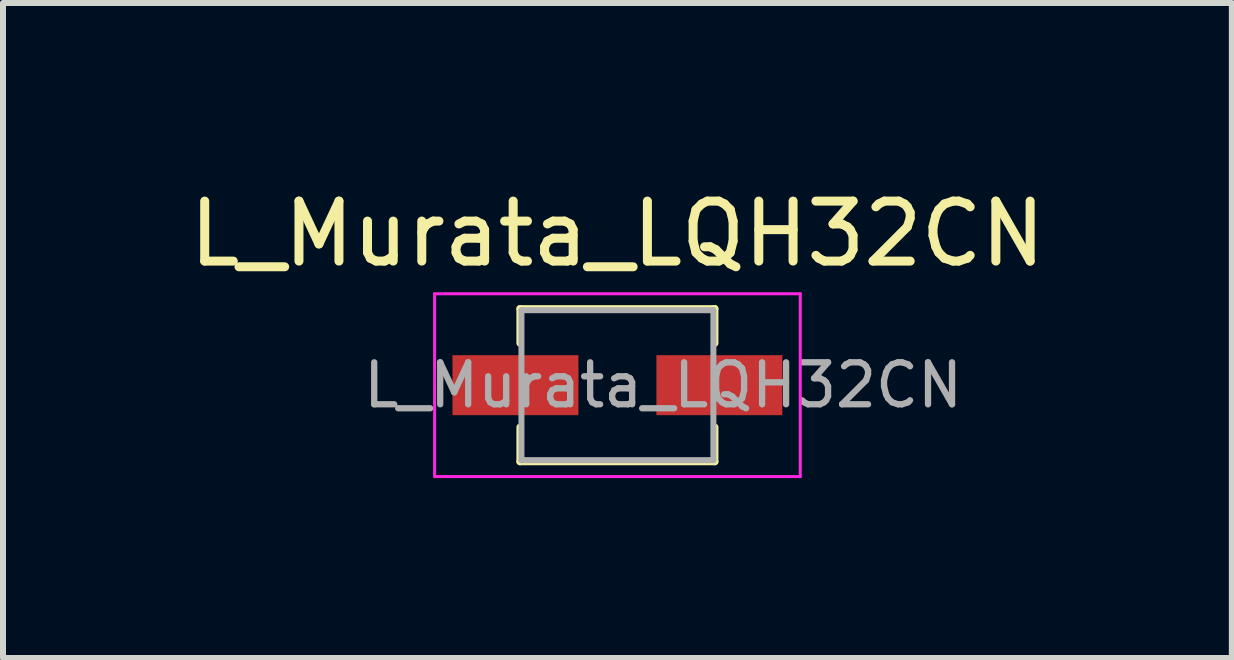
<source format=kicad_pcb>
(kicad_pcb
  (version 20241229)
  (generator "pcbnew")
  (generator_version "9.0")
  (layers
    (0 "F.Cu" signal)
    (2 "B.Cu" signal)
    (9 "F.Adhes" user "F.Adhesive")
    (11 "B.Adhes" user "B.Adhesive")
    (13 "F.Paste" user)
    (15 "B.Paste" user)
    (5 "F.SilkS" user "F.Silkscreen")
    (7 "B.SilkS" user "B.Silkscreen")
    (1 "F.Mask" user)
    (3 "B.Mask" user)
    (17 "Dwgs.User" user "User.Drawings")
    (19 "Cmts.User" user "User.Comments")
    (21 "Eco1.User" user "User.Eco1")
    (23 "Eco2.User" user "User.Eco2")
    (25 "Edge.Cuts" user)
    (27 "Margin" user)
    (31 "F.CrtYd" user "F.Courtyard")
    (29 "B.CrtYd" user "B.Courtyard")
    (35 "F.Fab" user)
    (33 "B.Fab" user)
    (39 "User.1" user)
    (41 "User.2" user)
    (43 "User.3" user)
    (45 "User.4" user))
  (footprint "L_Murata_LQH32CN"
    (layer "F.Cu")
    (at 7.244 3.372)
    (property "Reference" "L_Murata_LQH32CN" (at 0 -2.524 0) (layer "F.SilkS") (effects (font (size 1 1) (thickness 0.15))))
    (attr smd)
    (fp_line (start -1.624 -1.275) (end 1.624 -1.275) (stroke (width 0.12) (type solid)) (layer "F.SilkS"))
    (fp_line (start -1.624 -0.7) (end -1.624 -1.275) (stroke (width 0.12) (type solid)) (layer "F.SilkS"))
    (fp_line (start -1.624 0.7) (end -1.624 1.275) (stroke (width 0.12) (type solid)) (layer "F.SilkS"))
    (fp_line (start -1.624 1.275) (end 1.624 1.275) (stroke (width 0.12) (type solid)) (layer "F.SilkS"))
    (fp_line (start 1.624 -1.275) (end 1.624 -0.7) (stroke (width 0.12) (type solid)) (layer "F.SilkS"))
    (fp_line (start 1.624 1.275) (end 1.624 0.7) (stroke (width 0.12) (type solid)) (layer "F.SilkS"))
    (fp_line (start -3.048 -1.524) (end -3.048 1.524) (stroke (width 0.05) (type solid)) (layer "F.CrtYd"))
    (fp_line (start -3.048 1.524) (end 3.048 1.524) (stroke (width 0.05) (type solid)) (layer "F.CrtYd"))
    (fp_line (start 3.048 -1.524) (end -3.048 -1.524) (stroke (width 0.05) (type solid)) (layer "F.CrtYd"))
    (fp_line (start 3.048 1.524) (end 3.048 -1.524) (stroke (width 0.05) (type solid)) (layer "F.CrtYd"))
    (fp_line (start -1.6 -1.25) (end -1.6 1.25) (stroke (width 0.1) (type solid)) (layer "F.Fab"))
    (fp_line (start -1.6 1.25) (end 1.6 1.25) (stroke (width 0.1) (type solid)) (layer "F.Fab"))
    (fp_line (start 1.6 -1.25) (end -1.6 -1.25) (stroke (width 0.1) (type solid)) (layer "F.Fab"))
    (fp_line (start 1.6 1.25) (end 1.6 -1.25) (stroke (width 0.1) (type solid)) (layer "F.Fab"))
    (fp_text user "${REFERENCE}" (at 0.762 0 0) (layer "F.Fab") (effects (font (size 0.7 0.7) (thickness 0.105))))
    (pad "1" smd rect (at -1.7 0) (size 2.1 1) (layers "F.Cu" "F.Mask" "F.Paste"))
    (pad "2" smd rect (at 1.7 0) (size 2.1 1) (layers "F.Cu" "F.Mask" "F.Paste")))
  (gr_rect
    (start -3 -3)
    (end 17.488 7.921)
    (stroke (width 0.1) (type default))
    (fill no)
    (layer "Edge.Cuts")))
</source>
